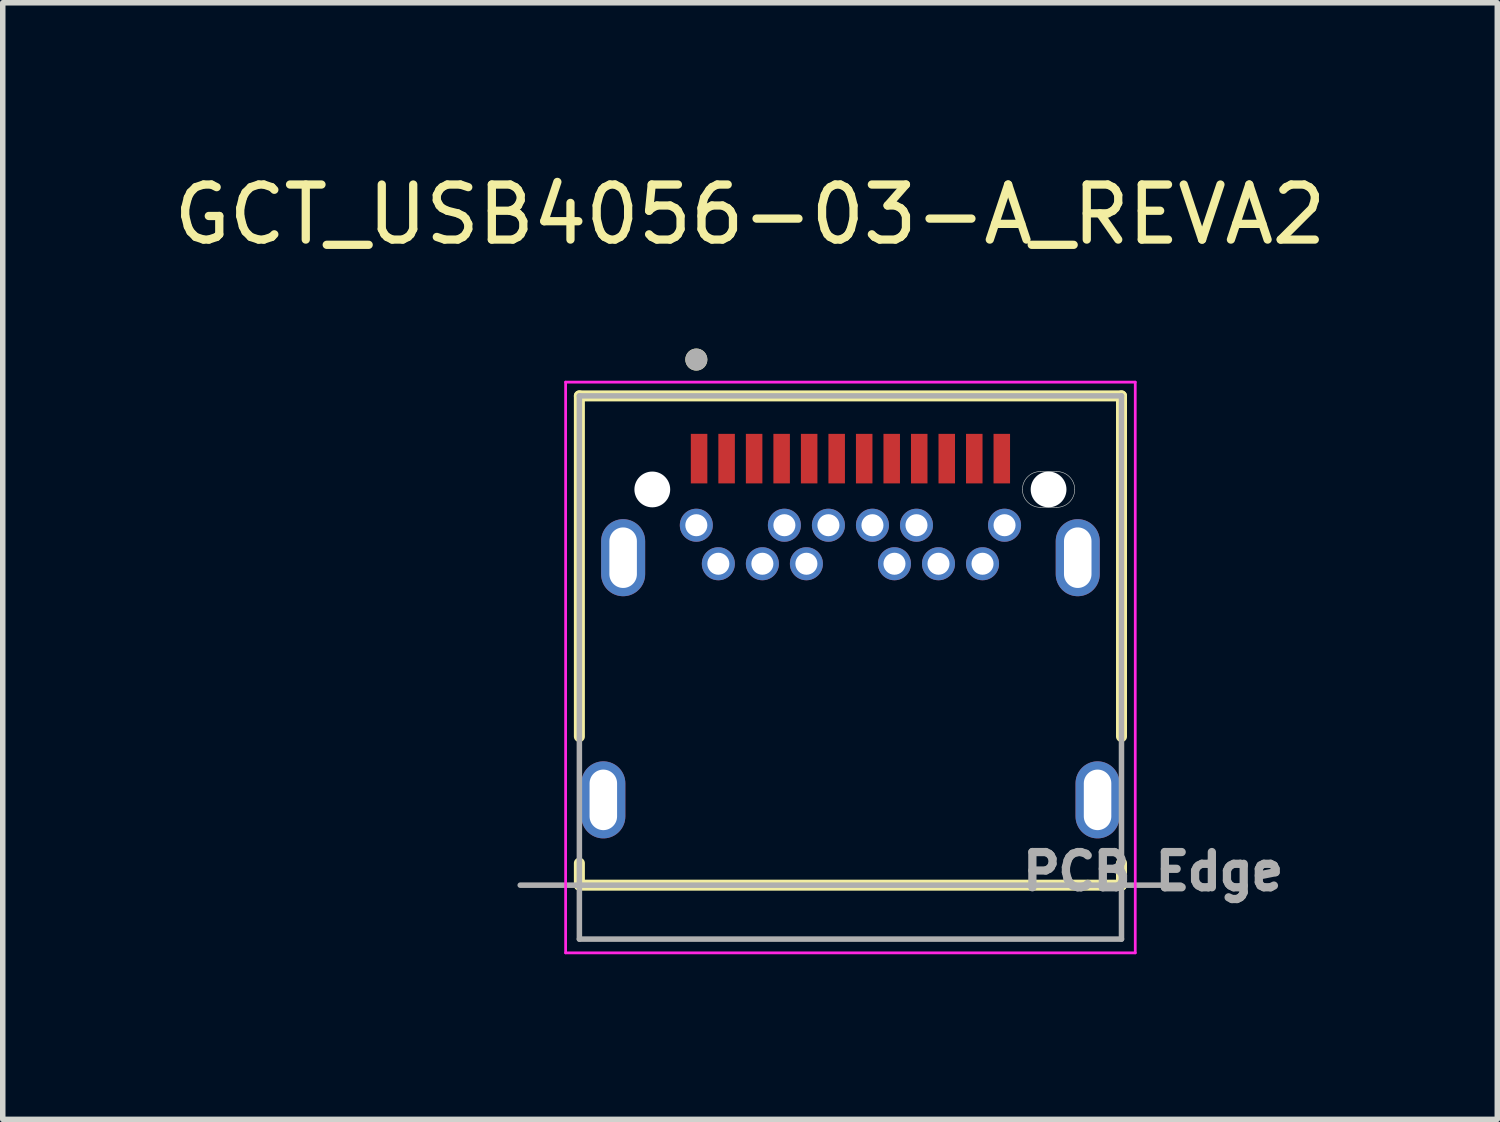
<source format=kicad_pcb>
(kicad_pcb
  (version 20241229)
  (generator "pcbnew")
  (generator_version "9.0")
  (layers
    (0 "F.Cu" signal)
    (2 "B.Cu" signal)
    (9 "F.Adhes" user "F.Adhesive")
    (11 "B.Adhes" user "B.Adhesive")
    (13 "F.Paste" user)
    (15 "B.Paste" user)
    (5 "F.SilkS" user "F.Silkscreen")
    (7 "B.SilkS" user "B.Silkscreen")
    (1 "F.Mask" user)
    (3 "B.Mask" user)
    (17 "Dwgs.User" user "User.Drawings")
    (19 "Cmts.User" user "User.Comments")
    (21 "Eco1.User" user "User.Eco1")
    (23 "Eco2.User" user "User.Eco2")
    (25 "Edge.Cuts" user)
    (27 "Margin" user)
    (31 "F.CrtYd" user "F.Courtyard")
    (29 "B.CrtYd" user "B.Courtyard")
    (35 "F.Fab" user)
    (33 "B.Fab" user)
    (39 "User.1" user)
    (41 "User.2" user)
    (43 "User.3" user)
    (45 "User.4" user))
  (footprint "GCT_USB4056-03-A_REVA2"
    (layer "F.Cu")
    (at 12.402 11.483)
    (property "Reference" "GCT_USB4056-03-A_REVA2" (at -1.825 -10.635 0) (layer "F.SilkS") (effects (font (size 1 1) (thickness 0.15))))
    (attr through_hole)
    (fp_poly (pts (xy 3.45 -6.065) (xy 3.75 -6.065) (xy 3.772 -6.064) (xy 3.794 -6.063) (xy 3.816 -6.06) (xy 3.838 -6.056) (xy 3.86 -6.051) (xy 3.881 -6.044) (xy 3.902 -6.037) (xy 3.923 -6.028) (xy 3.943 -6.019) (xy 3.962 -6.008) (xy 3.981 -5.996) (xy 4 -5.984) (xy 4.017 -5.97) (xy 4.034 -5.956) (xy 4.051 -5.941) (xy 4.066 -5.924) (xy 4.08 -5.907) (xy 4.094 -5.89) (xy 4.106 -5.871) (xy 4.118 -5.853) (xy 4.129 -5.833) (xy 4.138 -5.813) (xy 4.147 -5.792) (xy 4.154 -5.771) (xy 4.161 -5.75) (xy 4.166 -5.728) (xy 4.17 -5.706) (xy 4.173 -5.684) (xy 4.174 -5.662) (xy 4.175 -5.64) (xy 4.174 -5.618) (xy 4.173 -5.596) (xy 4.17 -5.574) (xy 4.166 -5.552) (xy 4.161 -5.53) (xy 4.154 -5.509) (xy 4.147 -5.488) (xy 4.138 -5.467) (xy 4.129 -5.447) (xy 4.118 -5.428) (xy 4.106 -5.409) (xy 4.094 -5.39) (xy 4.08 -5.373) (xy 4.066 -5.356) (xy 4.051 -5.339) (xy 4.034 -5.324) (xy 4.017 -5.31) (xy 4 -5.296) (xy 3.981 -5.284) (xy 3.962 -5.272) (xy 3.943 -5.261) (xy 3.923 -5.252) (xy 3.902 -5.243) (xy 3.881 -5.236) (xy 3.86 -5.229) (xy 3.838 -5.224) (xy 3.816 -5.22) (xy 3.794 -5.217) (xy 3.772 -5.216) (xy 3.75 -5.215) (xy 3.45 -5.215) (xy 3.428 -5.216) (xy 3.406 -5.217) (xy 3.384 -5.22) (xy 3.362 -5.224) (xy 3.34 -5.229) (xy 3.319 -5.236) (xy 3.298 -5.243) (xy 3.277 -5.252) (xy 3.257 -5.261) (xy 3.237 -5.272) (xy 3.219 -5.284) (xy 3.2 -5.296) (xy 3.183 -5.31) (xy 3.166 -5.324) (xy 3.149 -5.339) (xy 3.134 -5.356) (xy 3.12 -5.373) (xy 3.106 -5.39) (xy 3.094 -5.409) (xy 3.082 -5.428) (xy 3.071 -5.447) (xy 3.062 -5.467) (xy 3.053 -5.488) (xy 3.046 -5.509) (xy 3.039 -5.53) (xy 3.034 -5.552) (xy 3.03 -5.574) (xy 3.027 -5.596) (xy 3.026 -5.618) (xy 3.025 -5.64) (xy 3.026 -5.662) (xy 3.027 -5.684) (xy 3.03 -5.706) (xy 3.034 -5.728) (xy 3.039 -5.75) (xy 3.046 -5.771) (xy 3.053 -5.792) (xy 3.062 -5.813) (xy 3.071 -5.833) (xy 3.082 -5.853) (xy 3.094 -5.871) (xy 3.106 -5.89) (xy 3.12 -5.907) (xy 3.134 -5.924) (xy 3.149 -5.941) (xy 3.166 -5.956) (xy 3.183 -5.97) (xy 3.2 -5.984) (xy 3.219 -5.996) (xy 3.237 -6.008) (xy 3.257 -6.019) (xy 3.277 -6.028) (xy 3.298 -6.037) (xy 3.319 -6.044) (xy 3.34 -6.051) (xy 3.362 -6.056) (xy 3.384 -6.06) (xy 3.406 -6.063) (xy 3.428 -6.064) (xy 3.45 -6.065)) (stroke (width 0.01) (type solid)) (fill yes) (layer "F.Mask"))
    (fp_poly (pts (xy 3.45 -6.065) (xy 3.75 -6.065) (xy 3.772 -6.064) (xy 3.794 -6.063) (xy 3.816 -6.06) (xy 3.838 -6.056) (xy 3.86 -6.051) (xy 3.881 -6.044) (xy 3.902 -6.037) (xy 3.923 -6.028) (xy 3.943 -6.019) (xy 3.962 -6.008) (xy 3.981 -5.996) (xy 4 -5.984) (xy 4.017 -5.97) (xy 4.034 -5.956) (xy 4.051 -5.941) (xy 4.066 -5.924) (xy 4.08 -5.907) (xy 4.094 -5.89) (xy 4.106 -5.871) (xy 4.118 -5.853) (xy 4.129 -5.833) (xy 4.138 -5.813) (xy 4.147 -5.792) (xy 4.154 -5.771) (xy 4.161 -5.75) (xy 4.166 -5.728) (xy 4.17 -5.706) (xy 4.173 -5.684) (xy 4.174 -5.662) (xy 4.175 -5.64) (xy 4.174 -5.618) (xy 4.173 -5.596) (xy 4.17 -5.574) (xy 4.166 -5.552) (xy 4.161 -5.53) (xy 4.154 -5.509) (xy 4.147 -5.488) (xy 4.138 -5.467) (xy 4.129 -5.447) (xy 4.118 -5.428) (xy 4.106 -5.409) (xy 4.094 -5.39) (xy 4.08 -5.373) (xy 4.066 -5.356) (xy 4.051 -5.339) (xy 4.034 -5.324) (xy 4.017 -5.31) (xy 4 -5.296) (xy 3.981 -5.284) (xy 3.962 -5.272) (xy 3.943 -5.261) (xy 3.923 -5.252) (xy 3.902 -5.243) (xy 3.881 -5.236) (xy 3.86 -5.229) (xy 3.838 -5.224) (xy 3.816 -5.22) (xy 3.794 -5.217) (xy 3.772 -5.216) (xy 3.75 -5.215) (xy 3.45 -5.215) (xy 3.428 -5.216) (xy 3.406 -5.217) (xy 3.384 -5.22) (xy 3.362 -5.224) (xy 3.34 -5.229) (xy 3.319 -5.236) (xy 3.298 -5.243) (xy 3.277 -5.252) (xy 3.257 -5.261) (xy 3.237 -5.272) (xy 3.219 -5.284) (xy 3.2 -5.296) (xy 3.183 -5.31) (xy 3.166 -5.324) (xy 3.149 -5.339) (xy 3.134 -5.356) (xy 3.12 -5.373) (xy 3.106 -5.39) (xy 3.094 -5.409) (xy 3.082 -5.428) (xy 3.071 -5.447) (xy 3.062 -5.467) (xy 3.053 -5.488) (xy 3.046 -5.509) (xy 3.039 -5.53) (xy 3.034 -5.552) (xy 3.03 -5.574) (xy 3.027 -5.596) (xy 3.026 -5.618) (xy 3.025 -5.64) (xy 3.026 -5.662) (xy 3.027 -5.684) (xy 3.03 -5.706) (xy 3.034 -5.728) (xy 3.039 -5.75) (xy 3.046 -5.771) (xy 3.053 -5.792) (xy 3.062 -5.813) (xy 3.071 -5.833) (xy 3.082 -5.853) (xy 3.094 -5.871) (xy 3.106 -5.89) (xy 3.12 -5.907) (xy 3.134 -5.924) (xy 3.149 -5.941) (xy 3.166 -5.956) (xy 3.183 -5.97) (xy 3.2 -5.984) (xy 3.219 -5.996) (xy 3.237 -6.008) (xy 3.257 -6.019) (xy 3.277 -6.028) (xy 3.298 -6.037) (xy 3.319 -6.044) (xy 3.34 -6.051) (xy 3.362 -6.056) (xy 3.384 -6.06) (xy 3.406 -6.063) (xy 3.428 -6.064) (xy 3.45 -6.065)) (stroke (width 0.01) (type solid)) (fill yes) (layer "B.Mask"))
    (fp_line (start -4.925 -7.34) (end -4.925 -1.15) (stroke (width 0.2) (type solid)) (layer "F.SilkS"))
    (fp_line (start -4.925 -7.34) (end 4.925 -7.34) (stroke (width 0.2) (type solid)) (layer "F.SilkS"))
    (fp_line (start -4.925 1.55) (end -4.925 1.15) (stroke (width 0.2) (type solid)) (layer "F.SilkS"))
    (fp_line (start -4.925 1.55) (end 4.925 1.55) (stroke (width 0.2) (type solid)) (layer "F.SilkS"))
    (fp_line (start 4.925 -1.15) (end 4.925 -7.34) (stroke (width 0.2) (type solid)) (layer "F.SilkS"))
    (fp_line (start 4.925 1.55) (end 4.925 1.15) (stroke (width 0.2) (type solid)) (layer "F.SilkS"))
    (fp_circle (center -2.8 -8) (end -2.7 -8) (stroke (width 0.2) (type solid)) (fill no) (layer "F.SilkS"))
    (fp_line (start 3.45 -5.965) (end 3.75 -5.965) (stroke (width 0.01) (type solid)) (layer "Edge.Cuts"))
    (fp_line (start 3.75 -5.315) (end 3.45 -5.315) (stroke (width 0.01) (type solid)) (layer "Edge.Cuts"))
    (fp_arc (start 3.125 -5.64) (mid 3.22019 -5.86981) (end 3.45 -5.965) (stroke (width 0.01) (type solid)) (layer "Edge.Cuts"))
    (fp_arc (start 3.45 -5.315) (mid 3.22019 -5.41019) (end 3.125 -5.64) (stroke (width 0.01) (type solid)) (layer "Edge.Cuts"))
    (fp_arc (start 3.75 -5.965) (mid 3.97981 -5.86981) (end 4.075 -5.64) (stroke (width 0.01) (type solid)) (layer "Edge.Cuts"))
    (fp_arc (start 4.075 -5.64) (mid 3.97981 -5.41019) (end 3.75 -5.315) (stroke (width 0.01) (type solid)) (layer "Edge.Cuts"))
    (fp_line (start -5.175 -7.59) (end 5.175 -7.59) (stroke (width 0.05) (type solid)) (layer "F.CrtYd"))
    (fp_line (start -5.175 2.78) (end -5.175 -7.59) (stroke (width 0.05) (type solid)) (layer "F.CrtYd"))
    (fp_line (start -5.175 2.78) (end 5.175 2.78) (stroke (width 0.05) (type solid)) (layer "F.CrtYd"))
    (fp_line (start 5.175 2.78) (end 5.175 -7.59) (stroke (width 0.05) (type solid)) (layer "F.CrtYd"))
    (fp_line (start -6 1.55) (end 6 1.55) (stroke (width 0.1) (type solid)) (layer "F.Fab"))
    (fp_line (start -4.925 -7.34) (end 4.925 -7.34) (stroke (width 0.1) (type solid)) (layer "F.Fab"))
    (fp_line (start -4.925 2.53) (end -4.925 -7.34) (stroke (width 0.1) (type solid)) (layer "F.Fab"))
    (fp_line (start -4.925 2.53) (end 4.925 2.53) (stroke (width 0.1) (type solid)) (layer "F.Fab"))
    (fp_line (start 4.925 2.53) (end 4.925 -7.34) (stroke (width 0.1) (type solid)) (layer "F.Fab"))
    (fp_circle (center -2.8 -8) (end -2.7 -8) (stroke (width 0.2) (type solid)) (fill no) (layer "F.Fab"))
    (fp_text user "PCB Edge" (at 5.5 1.3 0) (layer "F.Fab") (effects (font (size 0.64 0.64) (thickness 0.15))))
    (pad "" np_thru_hole circle (at -3.6 -5.64) (size 0.65 0.65) (drill 0.65) (layers "*.Cu" "*.Mask"))
    (pad "" np_thru_hole circle (at 3.6 -5.64) (size 0.65 0.65) (drill 0.65) (layers "*.Cu" "*.Mask"))
    (pad "A1" smd rect (at -2.75 -6.2) (size 0.3 0.9) (layers "F.Cu" "F.Mask" "F.Paste"))
    (pad "A2" smd rect (at -2.25 -6.2) (size 0.3 0.9) (layers "F.Cu" "F.Mask" "F.Paste"))
    (pad "A3" smd rect (at -1.75 -6.2) (size 0.3 0.9) (layers "F.Cu" "F.Mask" "F.Paste"))
    (pad "A4" smd rect (at -1.25 -6.2) (size 0.3 0.9) (layers "F.Cu" "F.Mask" "F.Paste"))
    (pad "A5" smd rect (at -0.75 -6.2) (size 0.3 0.9) (layers "F.Cu" "F.Mask" "F.Paste"))
    (pad "A6" smd rect (at -0.25 -6.2) (size 0.3 0.9) (layers "F.Cu" "F.Mask" "F.Paste"))
    (pad "A7" smd rect (at 0.25 -6.2) (size 0.3 0.9) (layers "F.Cu" "F.Mask" "F.Paste"))
    (pad "A8" smd rect (at 0.75 -6.2) (size 0.3 0.9) (layers "F.Cu" "F.Mask" "F.Paste"))
    (pad "A9" smd rect (at 1.25 -6.2) (size 0.3 0.9) (layers "F.Cu" "F.Mask" "F.Paste"))
    (pad "A10" smd rect (at 1.75 -6.2) (size 0.3 0.9) (layers "F.Cu" "F.Mask" "F.Paste"))
    (pad "A11" smd rect (at 2.25 -6.2) (size 0.3 0.9) (layers "F.Cu" "F.Mask" "F.Paste"))
    (pad "A12" smd rect (at 2.75 -6.2) (size 0.3 0.9) (layers "F.Cu" "F.Mask" "F.Paste"))
    (pad "B1" thru_hole circle (at 2.8 -4.99) (size 0.6 0.6) (drill 0.4) (layers "*.Cu" "*.Mask"))
    (pad "B2" thru_hole circle (at 2.4 -4.29) (size 0.6 0.6) (drill 0.4) (layers "*.Cu" "*.Mask"))
    (pad "B3" thru_hole circle (at 1.6 -4.29) (size 0.6 0.6) (drill 0.4) (layers "*.Cu" "*.Mask"))
    (pad "B4" thru_hole circle (at 1.2 -4.99) (size 0.6 0.6) (drill 0.4) (layers "*.Cu" "*.Mask"))
    (pad "B5" thru_hole circle (at 0.8 -4.29) (size 0.6 0.6) (drill 0.4) (layers "*.Cu" "*.Mask"))
    (pad "B6" thru_hole circle (at 0.4 -4.99) (size 0.6 0.6) (drill 0.4) (layers "*.Cu" "*.Mask"))
    (pad "B7" thru_hole circle (at -0.4 -4.99) (size 0.6 0.6) (drill 0.4) (layers "*.Cu" "*.Mask"))
    (pad "B8" thru_hole circle (at -0.8 -4.29) (size 0.6 0.6) (drill 0.4) (layers "*.Cu" "*.Mask"))
    (pad "B9" thru_hole circle (at -1.2 -4.99) (size 0.6 0.6) (drill 0.4) (layers "*.Cu" "*.Mask"))
    (pad "B10" thru_hole circle (at -1.6 -4.29) (size 0.6 0.6) (drill 0.4) (layers "*.Cu" "*.Mask"))
    (pad "B11" thru_hole circle (at -2.4 -4.29) (size 0.6 0.6) (drill 0.4) (layers "*.Cu" "*.Mask"))
    (pad "B12" thru_hole circle (at -2.8 -4.99) (size 0.6 0.6) (drill 0.4) (layers "*.Cu" "*.Mask"))
    (pad "S1" thru_hole oval (at -4.13 -4.4) (size 0.8 1.4) (drill oval 0.5 1.1) (layers "*.Cu" "*.Mask"))
    (pad "S2" thru_hole oval (at 4.13 -4.4) (size 0.8 1.4) (drill oval 0.5 1.1) (layers "*.Cu" "*.Mask"))
    (pad "S3" thru_hole oval (at -4.49 0) (size 0.8 1.4) (drill oval 0.5 1.1) (layers "*.Cu" "*.Mask"))
    (pad "S4" thru_hole oval (at 4.49 0) (size 0.8 1.4) (drill oval 0.5 1.1) (layers "*.Cu" "*.Mask")))
  (gr_rect
    (start -3 -3)
    (end 24.155 17.288)
    (stroke (width 0.1) (type default))
    (fill no)
    (layer "Edge.Cuts")))
</source>
